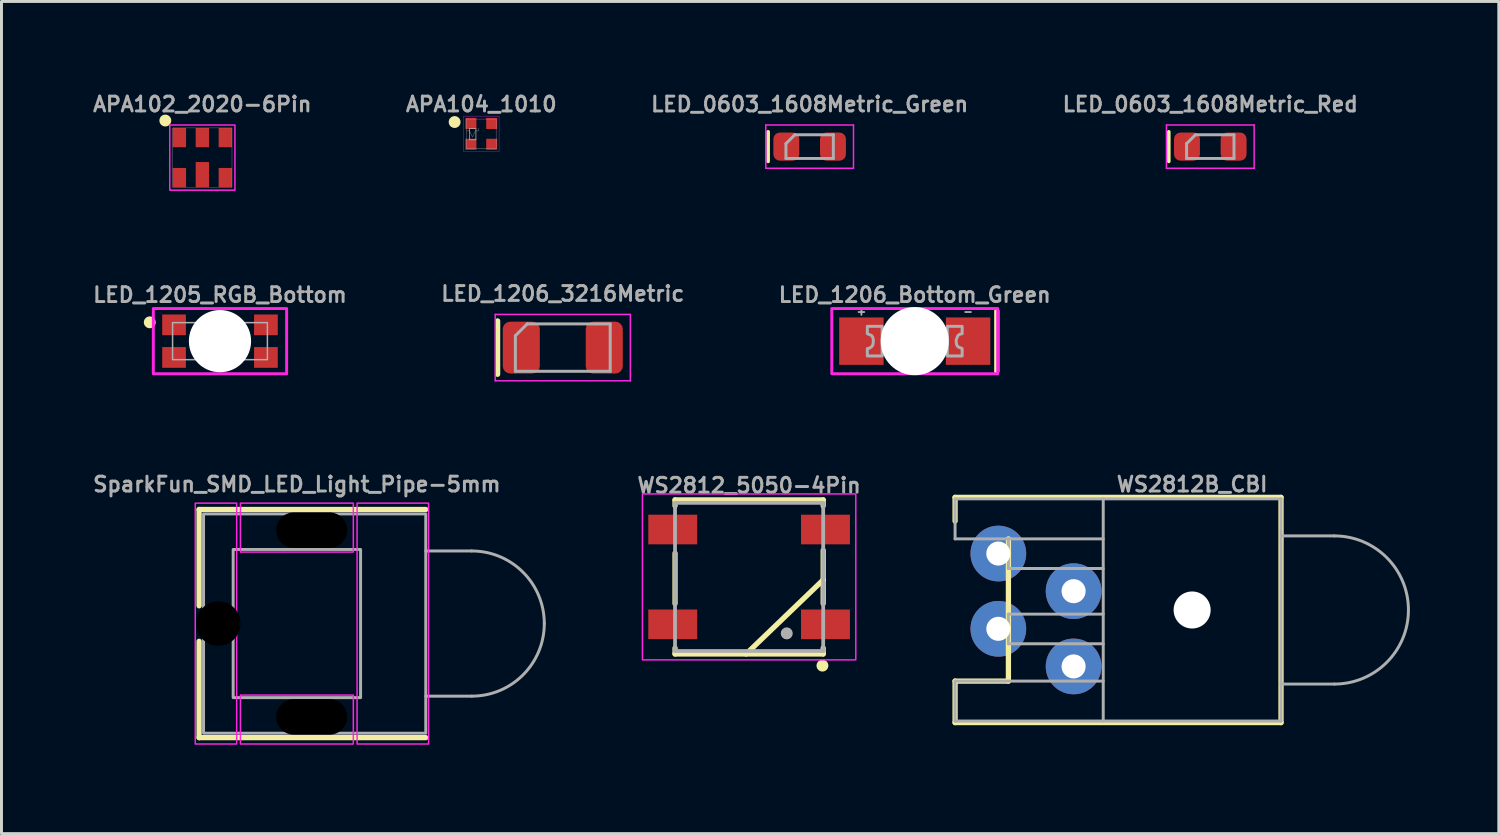
<source format=kicad_pcb>
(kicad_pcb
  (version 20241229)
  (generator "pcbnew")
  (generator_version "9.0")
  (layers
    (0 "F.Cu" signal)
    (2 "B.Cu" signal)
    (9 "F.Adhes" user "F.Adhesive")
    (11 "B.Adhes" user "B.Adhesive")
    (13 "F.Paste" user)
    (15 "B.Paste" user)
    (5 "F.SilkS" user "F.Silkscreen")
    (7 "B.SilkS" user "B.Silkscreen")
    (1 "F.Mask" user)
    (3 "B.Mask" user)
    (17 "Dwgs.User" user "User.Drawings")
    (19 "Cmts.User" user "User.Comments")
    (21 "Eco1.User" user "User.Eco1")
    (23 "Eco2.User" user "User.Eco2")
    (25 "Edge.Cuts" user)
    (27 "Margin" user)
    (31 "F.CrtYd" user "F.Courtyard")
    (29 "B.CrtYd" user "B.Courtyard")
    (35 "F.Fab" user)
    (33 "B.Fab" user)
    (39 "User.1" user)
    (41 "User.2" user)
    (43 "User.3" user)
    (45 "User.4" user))
  (footprint "WS2812B_CBI"
    (layer "F.Cu")
    (at 37.182 17.536)
    (property "Reference" "WS2812B_CBI" (at 0 -4.242 180) (layer "F.Fab") (effects (font (size 0.5 0.5) (thickness 0.1) (bold yes))))
    (attr through_hole)
    (fp_line (start -8 -3.8) (end -8 -3) (stroke (width 0.178) (type default)) (layer "F.SilkS"))
    (fp_line (start -8 2.4) (end -6.2 2.4) (stroke (width 0.178) (type default)) (layer "F.SilkS"))
    (fp_line (start -8 3.8) (end -8 2.4) (stroke (width 0.178) (type default)) (layer "F.SilkS"))
    (fp_line (start -6.2 -2.4) (end -6.2 2.4) (stroke (width 0.178) (type default)) (layer "F.SilkS"))
    (fp_line (start 3 -3.8) (end -8 -3.8) (stroke (width 0.178) (type default)) (layer "F.SilkS"))
    (fp_line (start 3 -3.8) (end 3 3.8) (stroke (width 0.178) (type default)) (layer "F.SilkS"))
    (fp_line (start 3 3.8) (end -8 3.8) (stroke (width 0.178) (type default)) (layer "F.SilkS"))
    (fp_line (start -8 -3.75) (end 3 -3.75) (stroke (width 0.1) (type default)) (layer "F.Fab"))
    (fp_line (start -8 -2.4) (end -8 -3.75) (stroke (width 0.1) (type default)) (layer "F.Fab"))
    (fp_line (start -8 2.4) (end -3 2.4) (stroke (width 0.1) (type default)) (layer "F.Fab"))
    (fp_line (start -8 3.75) (end -8 2.4) (stroke (width 0.1) (type default)) (layer "F.Fab"))
    (fp_line (start -6.2 -2.4) (end -8 -2.4) (stroke (width 0.1) (type default)) (layer "F.Fab"))
    (fp_line (start -6.2 -2.4) (end -3 -2.4) (stroke (width 0.1) (type default)) (layer "F.Fab"))
    (fp_line (start -6.2 -1.4) (end -6.2 -2.4) (stroke (width 0.1) (type default)) (layer "F.Fab"))
    (fp_line (start -6.2 0.14) (end -3 0.14) (stroke (width 0.1) (type default)) (layer "F.Fab"))
    (fp_line (start -6.2 1.14) (end -6.2 0.14) (stroke (width 0.1) (type default)) (layer "F.Fab"))
    (fp_line (start -3 -1.4) (end -6.2 -1.4) (stroke (width 0.1) (type default)) (layer "F.Fab"))
    (fp_line (start -3 1.14) (end -6.2 1.14) (stroke (width 0.1) (type default)) (layer "F.Fab"))
    (fp_line (start -3 3.75) (end -3 -3.75) (stroke (width 0.1) (type default)) (layer "F.Fab"))
    (fp_line (start 3 -3.75) (end 3 3.75) (stroke (width 0.1) (type default)) (layer "F.Fab"))
    (fp_line (start 3 -2.5) (end 4.8 -2.5) (stroke (width 0.1) (type default)) (layer "F.Fab"))
    (fp_line (start 3 2.5) (end 4.8 2.5) (stroke (width 0.1) (type default)) (layer "F.Fab"))
    (fp_line (start 3 3.75) (end -8 3.75) (stroke (width 0.1) (type default)) (layer "F.Fab"))
    (fp_arc (start 4.8 -2.5) (mid 7.3 0) (end 4.8 2.5) (stroke (width 0.1) (type default)) (layer "F.Fab"))
    (pad "" np_thru_hole circle (at 0 0) (size 1.25 1.25) (drill 1.25) (layers "*.Cu" "*.Mask"))
    (pad "1" thru_hole circle (at -6.54 -1.905) (size 1.88 1.88) (drill 0.813) (layers "*.Cu" "*.Mask"))
    (pad "2" thru_hole circle (at -4 -0.635) (size 1.88 1.88) (drill 0.813) (layers "*.Cu" "*.Mask"))
    (pad "3" thru_hole circle (at -6.54 0.635) (size 1.88 1.88) (drill 0.813) (layers "*.Cu" "*.Mask"))
    (pad "4" thru_hole circle (at -4 1.905) (size 1.88 1.88) (drill 0.813) (layers "*.Cu" "*.Mask")))
  (footprint "LED_1205_RGB_Bottom"
    (layer "F.Cu")
    (at 4.374 8.463)
    (property "Reference" "LED_1205_RGB_Bottom" (at 0 -1.27 0) (unlocked yes) (layer "F.Fab") (effects (font (size 0.5 0.5) (thickness 0.1)) (justify bottom)))
    (fp_circle (center -2.37 -0.635) (end -2.37 -0.535) (stroke (width 0.2) (type solid)) (fill yes) (layer "F.SilkS"))
    (fp_rect (start -2.25 -1.1) (end 2.25 1.1) (stroke (width 0.1) (type default)) (fill no) (layer "F.CrtYd"))
    (fp_rect (start -1.6 -0.625) (end 1.6 0.625) (stroke (width 0.05) (type default)) (fill no) (layer "F.Fab"))
    (pad "" np_thru_hole circle (at 0 0) (size 2.1 2.1) (drill 2.1) (layers "*.Cu" "*.Mask"))
    (pad "1" smd rect (at -1.55 -0.55) (size 0.8 0.7) (layers "F.Cu" "F.Mask" "F.Paste"))
    (pad "2" smd rect (at -1.55 0.55) (size 0.8 0.7) (layers "F.Cu" "F.Mask" "F.Paste"))
    (pad "3" smd rect (at 1.55 0.55) (size 0.8 0.7) (layers "F.Cu" "F.Mask" "F.Paste"))
    (pad "4" smd rect (at 1.55 -0.55) (size 0.8 0.7) (layers "F.Cu" "F.Mask" "F.Paste")))
  (footprint "WS2812_5050-4Pin"
    (layer "F.Cu")
    (at 22.231 16.42)
    (property "Reference" "WS2812_5050-4Pin" (at 0 -2.794 0) (layer "F.Fab") (effects (font (size 0.5 0.5) (thickness 0.1) (bold yes)) (justify bottom)))
    (attr smd)
    (fp_line (start -2.5 -2.6) (end 2.5 -2.6) (stroke (width 0.178) (type solid)) (layer "F.SilkS"))
    (fp_line (start -2.5 -2.4) (end -2.5 -2.6) (stroke (width 0.178) (type solid)) (layer "F.SilkS"))
    (fp_line (start -2.5 0.9) (end -2.5 -0.8) (stroke (width 0.178) (type solid)) (layer "F.SilkS"))
    (fp_line (start -2.5 2.4) (end -2.5 2.6) (stroke (width 0.178) (type solid)) (layer "F.SilkS"))
    (fp_line (start -2.5 2.6) (end 2.5 2.6) (stroke (width 0.178) (type solid)) (layer "F.SilkS"))
    (fp_line (start 2.5 -2.6) (end 2.5 -2.4) (stroke (width 0.178) (type solid)) (layer "F.SilkS"))
    (fp_line (start 2.5 -0.9) (end 2.5 0.1) (stroke (width 0.178) (type solid)) (layer "F.SilkS"))
    (fp_line (start 2.5 0.1) (end -0.1 2.6) (stroke (width 0.178) (type solid)) (layer "F.SilkS"))
    (fp_line (start 2.5 0.1) (end 2.5 0.9) (stroke (width 0.178) (type solid)) (layer "F.SilkS"))
    (fp_line (start 2.5 2.6) (end 2.5 2.4) (stroke (width 0.178) (type solid)) (layer "F.SilkS"))
    (fp_circle (center 2.475 2.994) (end 2.475 3.094) (stroke (width 0.2) (type solid)) (fill yes) (layer "F.SilkS"))
    (fp_rect (start 3.6 -2.8) (end -3.6 2.8) (stroke (width 0.05) (type default)) (fill no) (layer "F.CrtYd"))
    (fp_line (start -2.5 -2.5) (end -2.5 2.5) (stroke (width 0.127) (type solid)) (layer "F.Fab"))
    (fp_line (start -2.5 2.5) (end 2.5 2.5) (stroke (width 0.127) (type solid)) (layer "F.Fab"))
    (fp_line (start 2.5 -2.5) (end -2.5 -2.5) (stroke (width 0.127) (type solid)) (layer "F.Fab"))
    (fp_line (start 2.5 2.5) (end 2.5 -2.5) (stroke (width 0.127) (type solid)) (layer "F.Fab"))
    (fp_circle (center 1.27 1.905) (end 1.372 1.905) (stroke (width 0.203) (type solid)) (fill no) (layer "F.Fab"))
    (pad "1" smd rect (at -2.577 -1.6) (size 1.651 1) (layers "F.Cu" "F.Mask" "F.Paste"))
    (pad "2" smd rect (at -2.577 1.6) (size 1.651 1) (layers "F.Cu" "F.Mask" "F.Paste"))
    (pad "3" smd rect (at 2.577 1.6) (size 1.651 1) (layers "F.Cu" "F.Mask" "F.Paste"))
    (pad "4" smd rect (at 2.577 -1.6) (size 1.651 1) (layers "F.Cu" "F.Mask" "F.Paste")))
  (footprint "LED_1206_3216Metric"
    (layer "F.Cu")
    (at 15.943 8.681)
    (property "Reference" "LED_1206_3216Metric" (at 0 -1.82 0) (layer "F.Fab") (effects (font (size 0.5 0.5) (thickness 0.1))))
    (attr smd)
    (fp_line (start -2.2 -0.9) (end -2.2 0.9) (stroke (width 0.178) (type solid)) (layer "F.SilkS"))
    (fp_line (start -2.28 -1.12) (end 2.28 -1.12) (stroke (width 0.05) (type solid)) (layer "F.CrtYd"))
    (fp_line (start -2.28 1.12) (end -2.28 -1.12) (stroke (width 0.05) (type solid)) (layer "F.CrtYd"))
    (fp_line (start 2.28 -1.12) (end 2.28 1.12) (stroke (width 0.05) (type solid)) (layer "F.CrtYd"))
    (fp_line (start 2.28 1.12) (end -2.28 1.12) (stroke (width 0.05) (type solid)) (layer "F.CrtYd"))
    (fp_line (start -1.6 -0.4) (end -1.6 0.8) (stroke (width 0.1) (type solid)) (layer "F.Fab"))
    (fp_line (start -1.6 0.8) (end 1.6 0.8) (stroke (width 0.1) (type solid)) (layer "F.Fab"))
    (fp_line (start -1.2 -0.8) (end -1.6 -0.4) (stroke (width 0.1) (type solid)) (layer "F.Fab"))
    (fp_line (start 1.6 -0.8) (end -1.2 -0.8) (stroke (width 0.1) (type solid)) (layer "F.Fab"))
    (fp_line (start 1.6 0.8) (end 1.6 -0.8) (stroke (width 0.1) (type solid)) (layer "F.Fab"))
    (pad "1" smd roundrect (at -1.4 0) (size 1.25 1.75) (layers "F.Cu" "F.Mask" "F.Paste") (roundrect_rratio 0.2))
    (pad "2" smd roundrect (at 1.4 0) (size 1.25 1.75) (layers "F.Cu" "F.Mask" "F.Paste") (roundrect_rratio 0.2)))
  (footprint "LED_0603_1608Metric_Green"
    (layer "F.Cu")
    (at 24.274 1.898)
    (property "Reference" "LED_0603_1608Metric_Green" (at 0 -1.43 0) (layer "F.Fab") (effects (font (size 0.5 0.5) (thickness 0.1))))
    (attr smd)
    (fp_line (start -1.4 -0.5) (end -1.4 0.5) (stroke (width 0.12) (type solid)) (layer "F.SilkS"))
    (fp_line (start -1.48 -0.73) (end 1.48 -0.73) (stroke (width 0.05) (type solid)) (layer "F.CrtYd"))
    (fp_line (start -1.48 0.73) (end -1.48 -0.73) (stroke (width 0.05) (type solid)) (layer "F.CrtYd"))
    (fp_line (start 1.48 -0.73) (end 1.48 0.73) (stroke (width 0.05) (type solid)) (layer "F.CrtYd"))
    (fp_line (start 1.48 0.73) (end -1.48 0.73) (stroke (width 0.05) (type solid)) (layer "F.CrtYd"))
    (fp_line (start -0.8 -0.1) (end -0.8 0.4) (stroke (width 0.1) (type solid)) (layer "F.Fab"))
    (fp_line (start -0.8 0.4) (end 0.8 0.4) (stroke (width 0.1) (type solid)) (layer "F.Fab"))
    (fp_line (start -0.5 -0.4) (end -0.8 -0.1) (stroke (width 0.1) (type solid)) (layer "F.Fab"))
    (fp_line (start 0.8 -0.4) (end -0.5 -0.4) (stroke (width 0.1) (type solid)) (layer "F.Fab"))
    (fp_line (start 0.8 0.4) (end 0.8 -0.4) (stroke (width 0.1) (type solid)) (layer "F.Fab"))
    (pad "1" smd roundrect (at -0.787 0) (size 0.875 0.95) (layers "F.Cu" "F.Mask" "F.Paste") (roundrect_rratio 0.25))
    (pad "2" smd roundrect (at 0.787 0) (size 0.875 0.95) (layers "F.Cu" "F.Mask" "F.Paste") (roundrect_rratio 0.25)))
  (footprint "APA104_1010"
    (layer "F.Cu")
    (at 13.193 1.468)
    (property "Reference" "APA104_1010" (at 0 -1 0) (layer "F.Fab") (effects (font (size 0.5 0.5) (thickness 0.1) (bold yes))))
    (attr smd)
    (fp_circle (center -0.9 -0.4) (end -0.9 -0.3) (stroke (width 0.2) (type solid)) (fill yes) (layer "F.SilkS"))
    (fp_rect (start -0.6 -0.6) (end 0.6 0.6) (stroke (width 0.01) (type default)) (fill no) (layer "F.CrtYd"))
    (fp_line (start -0.5 -0.1) (end -0.4 -0.1) (stroke (width 0.01) (type default)) (layer "F.Fab"))
    (fp_line (start -0.3 0.1) (end -0.4 -0.1) (stroke (width 0.01) (type default)) (layer "F.Fab"))
    (fp_line (start -0.2 -0.1) (end -0.3 0.1) (stroke (width 0.01) (type default)) (layer "F.Fab"))
    (fp_line (start -0.1 -0.1) (end -0.2 -0.1) (stroke (width 0.01) (type default)) (layer "F.Fab"))
    (fp_line (start -0.1 -0.1) (end -0.1 -0.2) (stroke (width 0.01) (type default)) (layer "F.Fab"))
    (fp_rect (start -0.5 -0.5) (end 0.5 0.5) (stroke (width 0.01) (type default)) (fill no) (layer "F.Fab"))
    (fp_rect (start -0.4 -0.181) (end -0.182 0.2) (stroke (width 0.025) (type default)) (fill no) (layer "F.Fab"))
    (pad "1" smd rect (at -0.35 -0.35) (size 0.37 0.37) (layers "F.Cu" "F.Mask" "F.Paste"))
    (pad "2" smd rect (at -0.35 0.35) (size 0.37 0.37) (layers "F.Cu" "F.Mask" "F.Paste"))
    (pad "3" smd rect (at 0.35 0.35) (size 0.37 0.37) (layers "F.Cu" "F.Mask" "F.Paste"))
    (pad "4" smd rect (at 0.35 -0.35) (size 0.37 0.37) (layers "F.Cu" "F.Mask" "F.Paste")))
  (footprint "LED_1206_Bottom_Green"
    (layer "F.Cu")
    (at 27.821 8.463)
    (property "Reference" "LED_1206_Bottom_Green" (at 0 -1.27 0) (unlocked yes) (layer "F.Fab") (effects (font (size 0.5 0.5) (thickness 0.1)) (justify bottom)))
    (fp_line (start 2.769 -1.016) (end 2.769 1.016) (stroke (width 0.178) (type solid)) (layer "F.SilkS"))
    (fp_rect (start -2.8 -1.1) (end 2.8 1.1) (stroke (width 0.1) (type default)) (fill no) (layer "F.CrtYd"))
    (fp_poly (pts (xy 1.6 -0.25) (xy 1.6 -0.25) (xy 1.523 -0.235) (xy 1.459 -0.191) (xy 1.4 -0.05) (xy 1.4 0.05) (xy 1.415 0.127) (xy 1.459 0.191) (xy 1.6 0.25) (xy 1.6 0.5) (xy 1.1 0.5) (xy 1.1 -0.5) (xy 1.6 -0.5)) (stroke (width 0.1) (type default)) (fill no) (layer "F.Fab"))
    (fp_poly (pts (xy -1.1 0.5) (xy -1.6 0.5) (xy -1.6 0.25) (xy -1.6 0.25) (xy -1.523 0.235) (xy -1.459 0.191) (xy -1.415 0.127) (xy -1.4 0.05) (xy -1.4 -0.05) (xy -1.415 -0.127) (xy -1.459 -0.191) (xy -1.6 -0.25) (xy -1.6 -0.5) (xy -1.1 -0.5)) (stroke (width 0.1) (type default)) (fill no) (layer "F.Fab"))
    (fp_text user "+" (at -1.8 -1 0) (unlocked yes) (layer "F.Fab") (effects (font (size 0.25 0.25) (thickness 0.062))))
    (fp_text user "-" (at 1.8 -1 0) (unlocked yes) (layer "F.Fab") (effects (font (size 0.25 0.25) (thickness 0.062))))
    (pad "" np_thru_hole circle (at 0 0) (size 2.3 2.3) (drill 2.3) (layers "*.Cu" "*.Mask"))
    (pad "1" smd rect (at 1.8 0) (size 1.5 1.6) (layers "F.Cu" "F.Mask" "F.Paste"))
    (pad "2" smd rect (at -1.8 0) (size 1.5 1.6) (layers "F.Cu" "F.Mask" "F.Paste")))
  (footprint "SparkFun_SMD_LED_Light_Pipe-5mm"
    (layer "F.Cu")
    (at 6.969 17.994)
    (property "Reference" "SparkFun_SMD_LED_Light_Pipe-5mm" (at 0 -4.7 0) (unlocked yes) (layer "F.Fab") (effects (font (size 0.5 0.5) (thickness 0.1))))
    (attr through_hole)
    (fp_line (start -3.3 -3.85) (end -3.3 -0.6) (stroke (width 0.178) (type default)) (layer "F.SilkS"))
    (fp_line (start -3.3 3.85) (end -3.3 0.6) (stroke (width 0.178) (type default)) (layer "F.SilkS"))
    (fp_line (start 4.35 -3.85) (end -3.3 -3.85) (stroke (width 0.178) (type default)) (layer "F.SilkS"))
    (fp_line (start 4.35 3.85) (end -3.3 3.85) (stroke (width 0.178) (type default)) (layer "F.SilkS"))
    (fp_rect (start -3.429 -4.064) (end -2.032 4.064) (stroke (width 0.05) (type default)) (fill no) (layer "F.CrtYd"))
    (fp_rect (start -1.905 -4.064) (end 1.905 -2.413) (stroke (width 0.05) (type default)) (fill no) (layer "F.CrtYd"))
    (fp_rect (start -1.905 2.413) (end 1.905 4.064) (stroke (width 0.05) (type default)) (fill no) (layer "F.CrtYd"))
    (fp_rect (start 2.032 -4.064) (end 4.445 4.064) (stroke (width 0.05) (type default)) (fill no) (layer "F.CrtYd"))
    (fp_line (start 5.9 -2.45) (end 4.35 -2.45) (stroke (width 0.1) (type default)) (layer "F.Fab"))
    (fp_line (start 5.9 2.45) (end 4.35 2.45) (stroke (width 0.1) (type default)) (layer "F.Fab"))
    (fp_arc (start 5.9 -2.450001) (mid 7.632412 -1.732412) (end 8.350001 0) (stroke (width 0.1) (type default)) (layer "F.Fab"))
    (fp_arc (start 8.350001 0) (mid 7.632412 1.732412) (end 5.9 2.450001) (stroke (width 0.1) (type default)) (layer "F.Fab"))
    (fp_poly (pts (xy -3.15 -3.7) (xy 4.35 -3.7) (xy 4.35 3.7) (xy -3.15 3.7)) (stroke (width 0.1) (type default)) (fill no) (layer "F.Fab"))
    (fp_poly (pts (xy -2.15 -2.5) (xy 2.15 -2.5) (xy 2.15 2.5) (xy -2.15 2.5)) (stroke (width 0.1) (type default)) (fill no) (layer "F.Fab"))
    (pad "" np_thru_hole circle (at -2.65 0) (size 1.5 1.5) (drill 1.5) (layers "*.Mask"))
    (pad "" np_thru_hole oval (at 0.5 -3.15) (size 2.4 1.2) (drill oval 2.4 1.2) (layers "*.Mask"))
    (pad "" np_thru_hole oval (at 0.5 3.15) (size 2.4 1.2) (drill oval 2.4 1.2) (layers "*.Mask")))
  (footprint "LED_0603_1608Metric_Red"
    (layer "F.Cu")
    (at 37.795 1.898)
    (property "Reference" "LED_0603_1608Metric_Red" (at 0 -1.43 0) (layer "F.Fab") (effects (font (size 0.5 0.5) (thickness 0.1))))
    (attr smd)
    (fp_line (start -1.4 -0.5) (end -1.4 0.5) (stroke (width 0.12) (type solid)) (layer "F.SilkS"))
    (fp_line (start -1.48 -0.73) (end 1.48 -0.73) (stroke (width 0.05) (type solid)) (layer "F.CrtYd"))
    (fp_line (start -1.48 0.73) (end -1.48 -0.73) (stroke (width 0.05) (type solid)) (layer "F.CrtYd"))
    (fp_line (start 1.48 -0.73) (end 1.48 0.73) (stroke (width 0.05) (type solid)) (layer "F.CrtYd"))
    (fp_line (start 1.48 0.73) (end -1.48 0.73) (stroke (width 0.05) (type solid)) (layer "F.CrtYd"))
    (fp_line (start -0.8 -0.1) (end -0.8 0.4) (stroke (width 0.1) (type solid)) (layer "F.Fab"))
    (fp_line (start -0.8 0.4) (end 0.8 0.4) (stroke (width 0.1) (type solid)) (layer "F.Fab"))
    (fp_line (start -0.5 -0.4) (end -0.8 -0.1) (stroke (width 0.1) (type solid)) (layer "F.Fab"))
    (fp_line (start 0.8 -0.4) (end -0.5 -0.4) (stroke (width 0.1) (type solid)) (layer "F.Fab"))
    (fp_line (start 0.8 0.4) (end 0.8 -0.4) (stroke (width 0.1) (type solid)) (layer "F.Fab"))
    (pad "1" smd roundrect (at -0.787 0) (size 0.875 0.95) (layers "F.Cu" "F.Mask" "F.Paste") (roundrect_rratio 0.25))
    (pad "2" smd roundrect (at 0.787 0) (size 0.875 0.95) (layers "F.Cu" "F.Mask" "F.Paste") (roundrect_rratio 0.25)))
  (footprint "APA102_2020-6Pin"
    (layer "F.Cu")
    (at 3.779 2.268)
    (property "Reference" "APA102_2020-6Pin" (at 0 -1.8 0) (layer "F.Fab") (effects (font (size 0.5 0.5) (thickness 0.1) (bold yes))))
    (attr smd)
    (fp_circle (center -1.25 -1.25) (end -1.25 -1.15) (stroke (width 0.2) (type solid)) (fill yes) (layer "F.SilkS"))
    (fp_poly (pts (xy -1.1 -1.1) (xy 1.1 -1.1) (xy 1.1 1.1) (xy -1.1 1.1)) (stroke (width 0.05) (type default)) (fill no) (layer "F.CrtYd"))
    (fp_poly (pts (xy -1 -1) (xy 1 -1) (xy 1 1) (xy -1 1)) (stroke (width 0.01) (type default)) (fill no) (layer "F.Fab"))
    (pad "1" smd rect (at -0.775 -0.675) (size 0.45 0.65) (layers "F.Cu" "F.Mask" "F.Paste"))
    (pad "2" smd rect (at 0 -0.675) (size 0.45 0.65) (layers "F.Cu" "F.Mask" "F.Paste"))
    (pad "3" smd rect (at 0.775 -0.675) (size 0.45 0.65) (layers "F.Cu" "F.Mask" "F.Paste"))
    (pad "4" smd rect (at -0.775 0.675) (size 0.45 0.65) (layers "F.Cu" "F.Mask" "F.Paste"))
    (pad "5" smd rect (at 0 0.575) (size 0.45 0.85) (layers "F.Cu" "F.Mask" "F.Paste"))
    (pad "6" smd rect (at 0.775 0.675) (size 0.45 0.65) (layers "F.Cu" "F.Mask" "F.Paste")))
  (gr_rect
    (start -3 -3)
    (end 47.532 25.083)
    (stroke (width 0.1) (type default))
    (fill no)
    (layer "Edge.Cuts")))
</source>
